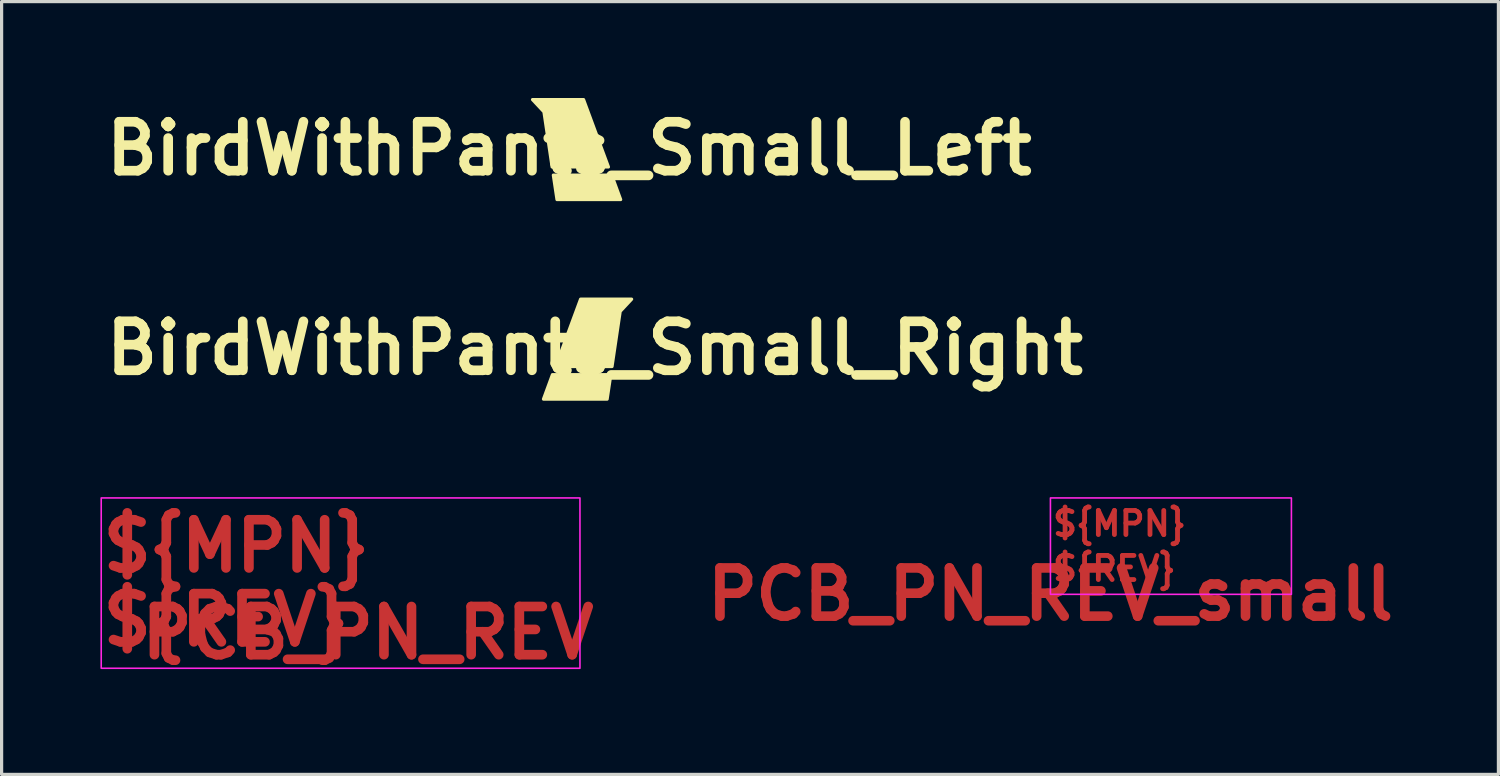
<source format=kicad_pcb>
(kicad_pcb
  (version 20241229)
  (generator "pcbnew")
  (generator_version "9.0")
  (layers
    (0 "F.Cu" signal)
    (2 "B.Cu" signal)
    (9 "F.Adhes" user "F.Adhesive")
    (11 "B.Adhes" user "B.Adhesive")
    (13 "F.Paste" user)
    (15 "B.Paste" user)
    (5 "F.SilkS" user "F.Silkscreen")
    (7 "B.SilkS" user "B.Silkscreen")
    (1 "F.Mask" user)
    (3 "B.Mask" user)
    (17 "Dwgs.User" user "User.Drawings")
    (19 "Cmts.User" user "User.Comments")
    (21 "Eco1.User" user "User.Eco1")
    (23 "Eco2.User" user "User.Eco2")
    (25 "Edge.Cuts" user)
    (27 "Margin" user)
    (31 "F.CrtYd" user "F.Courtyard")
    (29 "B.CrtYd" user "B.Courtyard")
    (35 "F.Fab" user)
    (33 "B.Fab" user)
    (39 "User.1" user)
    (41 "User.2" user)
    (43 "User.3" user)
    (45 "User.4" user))
  (footprint "PCB_PN_REV"
    (layer "F.Cu")
    (at 8.4 16.648)
    (property "Reference" "PCB_PN_REV" (at 0 0 0) (unlocked yes) (layer "F.Cu") (effects (font (size 1.5 1.5) (thickness 0.3))))
    (attr allow_soldermask_bridges)
    (fp_rect (start -8.3 -4.2) (end 6.6 1.1) (stroke (width 0.05) (type solid)) (fill no) (layer "F.CrtYd"))
    (fp_text user "${REV}" (at -8.4 -0.4 0) (unlocked yes) (layer "F.Cu") (effects (font (size 1.5 1.5) (thickness 0.3)) (justify left)))
    (fp_text user "${MPN}" (at -8.4 -2.7 0) (unlocked yes) (layer "F.Cu") (effects (font (size 1.5 1.5) (thickness 0.3)) (justify left)))
    (fp_text user "${REV}" (at -8.4 -0.4 0) (unlocked yes) (layer "F.Mask") (effects (font (size 1.5 1.5) (thickness 0.3)) (justify left)))
    (fp_text user "${MPN}" (at -8.4 -2.7 0) (unlocked yes) (layer "F.Mask") (effects (font (size 1.5 1.5) (thickness 0.3)) (justify left))))
  (footprint "BirdWithPants_Small_Left"
    (layer "F.Cu")
    (at 14.667 1.574)
    (property "Reference" "BirdWithPants_Small_Left" (at 0 0 0) (layer "F.SilkS") (effects (font (size 1.524 1.524) (thickness 0.3))))
    (attr through_hole allow_missing_courtyard)
    (fp_poly (pts (xy -0.495 0.826) (xy 1.321 0.826) (xy 1.6 1.587) (xy -0.381 1.587)) (stroke (width 0.1) (type solid)) (fill yes) (layer "F.SilkS"))
    (fp_poly (pts (xy -1.143 -1.524) (xy 0.445 -1.524) (xy 1.219 0.572) (xy -0.533 0.572) (xy -0.787 -1.143)) (stroke (width 0.1) (type solid)) (fill yes) (layer "F.SilkS")))
  (footprint "PCB_PN_REV_small"
    (layer "F.Cu")
    (at 29.643 15.448)
    (property "Reference" "PCB_PN_REV_small" (at 0 0 0) (unlocked yes) (layer "F.Cu") (effects (font (size 1.5 1.5) (thickness 0.3))))
    (fp_rect (start 0 -3) (end 7.5 0) (stroke (width 0.05) (type solid)) (fill no) (layer "F.CrtYd"))
    (fp_text user "${MPN}" (at 0 -2.2 0) (unlocked yes) (layer "F.Cu") (effects (font (size 0.75 0.75) (thickness 0.15)) (justify left)))
    (fp_text user "${REV}" (at 0 -0.8 0) (unlocked yes) (layer "F.Cu") (effects (font (size 0.75 0.75) (thickness 0.15)) (justify left)))
    (fp_text user "${REV}" (at 0 -0.8 0) (unlocked yes) (layer "F.Mask") (effects (font (size 0.75 0.75) (thickness 0.15)) (justify left)))
    (fp_text user "${MPN}" (at 0 -2.2 0) (unlocked yes) (layer "F.Mask") (effects (font (size 0.75 0.75) (thickness 0.15)) (justify left))))
  (footprint "BirdWithPants_Small_Right"
    (layer "F.Cu")
    (at 15.465 7.785)
    (property "Reference" "BirdWithPants_Small_Right" (at 0 0 0) (layer "F.SilkS") (effects (font (size 1.524 1.524) (thickness 0.3))))
    (attr through_hole allow_missing_courtyard)
    (fp_poly (pts (xy 0.495 0.826) (xy -1.321 0.826) (xy -1.6 1.587) (xy 0.381 1.587)) (stroke (width 0.1) (type solid)) (fill yes) (layer "F.SilkS"))
    (fp_poly (pts (xy 1.143 -1.524) (xy -0.445 -1.524) (xy -1.219 0.572) (xy 0.533 0.572) (xy 0.787 -1.143)) (stroke (width 0.1) (type solid)) (fill yes) (layer "F.SilkS")))
  (gr_rect
    (start -3 -3)
    (end 43.586 21.052)
    (stroke (width 0.1) (type default))
    (fill no)
    (layer "Edge.Cuts")))
</source>
